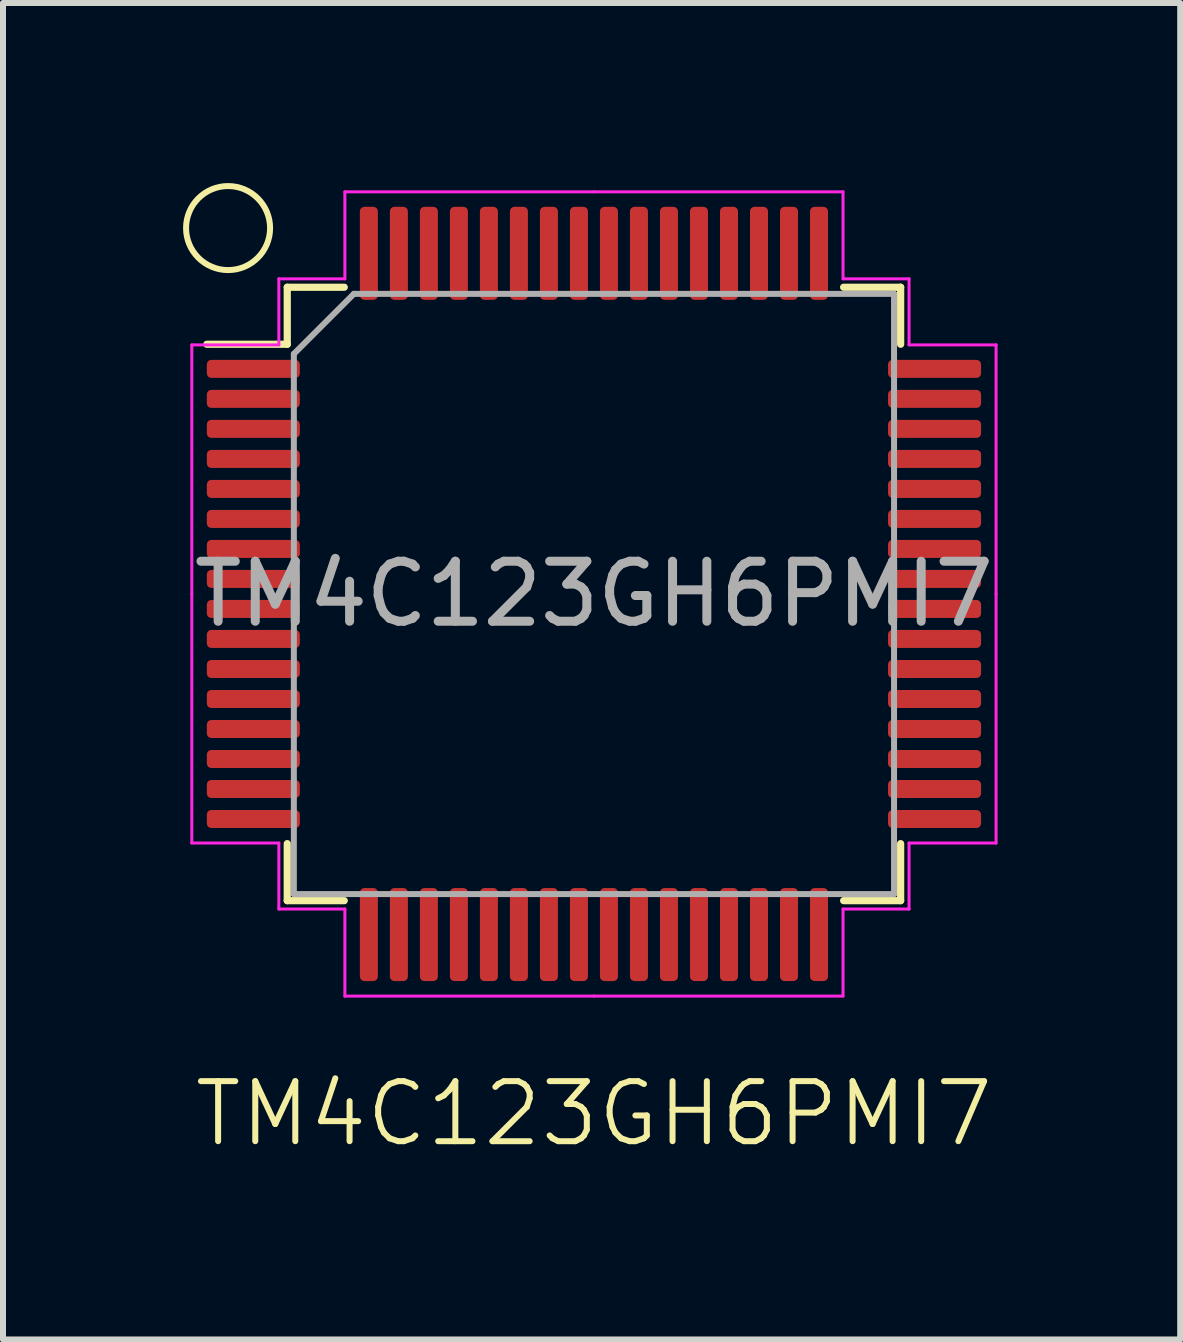
<source format=kicad_pcb>
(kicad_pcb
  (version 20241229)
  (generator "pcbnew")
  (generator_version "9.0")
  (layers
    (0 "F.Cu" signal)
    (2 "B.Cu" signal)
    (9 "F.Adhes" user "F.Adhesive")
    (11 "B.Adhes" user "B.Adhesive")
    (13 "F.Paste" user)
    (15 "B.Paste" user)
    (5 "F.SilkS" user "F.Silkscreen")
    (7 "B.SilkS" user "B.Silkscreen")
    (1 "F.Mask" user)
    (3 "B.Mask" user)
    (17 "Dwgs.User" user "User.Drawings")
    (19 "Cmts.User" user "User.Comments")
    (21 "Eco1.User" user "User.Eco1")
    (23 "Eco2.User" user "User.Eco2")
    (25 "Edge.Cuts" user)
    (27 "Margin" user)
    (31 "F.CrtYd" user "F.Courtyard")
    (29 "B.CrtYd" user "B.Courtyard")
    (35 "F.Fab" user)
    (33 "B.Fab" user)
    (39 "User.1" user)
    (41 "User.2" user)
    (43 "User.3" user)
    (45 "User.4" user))
  (footprint "TM4C123GH6PMI7"
    (layer "F.Cu")
    (at 6.846 6.846)
    (property "Reference" "TM4C123GH6PMI7" (at 0 8.66 0) (unlocked yes) (layer "F.SilkS") (effects (font (size 1 1) (thickness 0.1))))
    (attr smd)
    (fp_line (start -5.11 -5.11) (end -5.11 -4.16) (stroke (width 0.12) (type solid)) (layer "F.SilkS"))
    (fp_line (start -5.11 -4.16) (end -6.45 -4.16) (stroke (width 0.12) (type solid)) (layer "F.SilkS"))
    (fp_line (start -5.11 5.11) (end -5.11 4.16) (stroke (width 0.12) (type solid)) (layer "F.SilkS"))
    (fp_line (start -4.16 -5.11) (end -5.11 -5.11) (stroke (width 0.12) (type solid)) (layer "F.SilkS"))
    (fp_line (start -4.16 5.11) (end -5.11 5.11) (stroke (width 0.12) (type solid)) (layer "F.SilkS"))
    (fp_line (start 4.16 -5.11) (end 5.11 -5.11) (stroke (width 0.12) (type solid)) (layer "F.SilkS"))
    (fp_line (start 4.16 5.11) (end 5.11 5.11) (stroke (width 0.12) (type solid)) (layer "F.SilkS"))
    (fp_line (start 5.11 -5.11) (end 5.11 -4.16) (stroke (width 0.12) (type solid)) (layer "F.SilkS"))
    (fp_line (start 5.11 5.11) (end 5.11 4.16) (stroke (width 0.12) (type solid)) (layer "F.SilkS"))
    (fp_circle (center -6.096 -6.096) (end -5.396 -6.096) (stroke (width 0.1) (type default)) (fill no) (layer "F.SilkS"))
    (fp_line (start -6.7 -4.15) (end -6.7 0) (stroke (width 0.05) (type solid)) (layer "F.CrtYd"))
    (fp_line (start -6.7 4.15) (end -6.7 0) (stroke (width 0.05) (type solid)) (layer "F.CrtYd"))
    (fp_line (start -5.25 -5.25) (end -5.25 -4.15) (stroke (width 0.05) (type solid)) (layer "F.CrtYd"))
    (fp_line (start -5.25 -4.15) (end -6.7 -4.15) (stroke (width 0.05) (type solid)) (layer "F.CrtYd"))
    (fp_line (start -5.25 4.15) (end -6.7 4.15) (stroke (width 0.05) (type solid)) (layer "F.CrtYd"))
    (fp_line (start -5.25 5.25) (end -5.25 4.15) (stroke (width 0.05) (type solid)) (layer "F.CrtYd"))
    (fp_line (start -4.15 -6.7) (end -4.15 -5.25) (stroke (width 0.05) (type solid)) (layer "F.CrtYd"))
    (fp_line (start -4.15 -5.25) (end -5.25 -5.25) (stroke (width 0.05) (type solid)) (layer "F.CrtYd"))
    (fp_line (start -4.15 5.25) (end -5.25 5.25) (stroke (width 0.05) (type solid)) (layer "F.CrtYd"))
    (fp_line (start -4.15 6.7) (end -4.15 5.25) (stroke (width 0.05) (type solid)) (layer "F.CrtYd"))
    (fp_line (start 0 -6.7) (end -4.15 -6.7) (stroke (width 0.05) (type solid)) (layer "F.CrtYd"))
    (fp_line (start 0 -6.7) (end 4.15 -6.7) (stroke (width 0.05) (type solid)) (layer "F.CrtYd"))
    (fp_line (start 0 6.7) (end -4.15 6.7) (stroke (width 0.05) (type solid)) (layer "F.CrtYd"))
    (fp_line (start 0 6.7) (end 4.15 6.7) (stroke (width 0.05) (type solid)) (layer "F.CrtYd"))
    (fp_line (start 4.15 -6.7) (end 4.15 -5.25) (stroke (width 0.05) (type solid)) (layer "F.CrtYd"))
    (fp_line (start 4.15 -5.25) (end 5.25 -5.25) (stroke (width 0.05) (type solid)) (layer "F.CrtYd"))
    (fp_line (start 4.15 5.25) (end 5.25 5.25) (stroke (width 0.05) (type solid)) (layer "F.CrtYd"))
    (fp_line (start 4.15 6.7) (end 4.15 5.25) (stroke (width 0.05) (type solid)) (layer "F.CrtYd"))
    (fp_line (start 5.25 -5.25) (end 5.25 -4.15) (stroke (width 0.05) (type solid)) (layer "F.CrtYd"))
    (fp_line (start 5.25 -4.15) (end 6.7 -4.15) (stroke (width 0.05) (type solid)) (layer "F.CrtYd"))
    (fp_line (start 5.25 4.15) (end 6.7 4.15) (stroke (width 0.05) (type solid)) (layer "F.CrtYd"))
    (fp_line (start 5.25 5.25) (end 5.25 4.15) (stroke (width 0.05) (type solid)) (layer "F.CrtYd"))
    (fp_line (start 6.7 -4.15) (end 6.7 0) (stroke (width 0.05) (type solid)) (layer "F.CrtYd"))
    (fp_line (start 6.7 4.15) (end 6.7 0) (stroke (width 0.05) (type solid)) (layer "F.CrtYd"))
    (fp_line (start -5 -4) (end -4 -5) (stroke (width 0.1) (type solid)) (layer "F.Fab"))
    (fp_line (start -5 5) (end -5 -4) (stroke (width 0.1) (type solid)) (layer "F.Fab"))
    (fp_line (start -4 -5) (end 5 -5) (stroke (width 0.1) (type solid)) (layer "F.Fab"))
    (fp_line (start 5 -5) (end 5 5) (stroke (width 0.1) (type solid)) (layer "F.Fab"))
    (fp_line (start 5 5) (end -5 5) (stroke (width 0.1) (type solid)) (layer "F.Fab"))
    (fp_text user "${REFERENCE}" (at 0 0 0) (layer "F.Fab") (effects (font (size 1 1) (thickness 0.15))))
    (pad "1" smd roundrect (at -5.675 -3.75) (size 1.55 0.3) (layers "F.Cu" "F.Mask" "F.Paste") (roundrect_rratio 0.25))
    (pad "2" smd roundrect (at -5.675 -3.25) (size 1.55 0.3) (layers "F.Cu" "F.Mask" "F.Paste") (roundrect_rratio 0.25))
    (pad "3" smd roundrect (at -5.675 -2.75) (size 1.55 0.3) (layers "F.Cu" "F.Mask" "F.Paste") (roundrect_rratio 0.25))
    (pad "4" smd roundrect (at -5.675 -2.25) (size 1.55 0.3) (layers "F.Cu" "F.Mask" "F.Paste") (roundrect_rratio 0.25))
    (pad "5" smd roundrect (at -5.675 -1.75) (size 1.55 0.3) (layers "F.Cu" "F.Mask" "F.Paste") (roundrect_rratio 0.25))
    (pad "6" smd roundrect (at -5.675 -1.25) (size 1.55 0.3) (layers "F.Cu" "F.Mask" "F.Paste") (roundrect_rratio 0.25))
    (pad "7" smd roundrect (at -5.675 -0.75) (size 1.55 0.3) (layers "F.Cu" "F.Mask" "F.Paste") (roundrect_rratio 0.25))
    (pad "8" smd roundrect (at -5.675 -0.25) (size 1.55 0.3) (layers "F.Cu" "F.Mask" "F.Paste") (roundrect_rratio 0.25))
    (pad "9" smd roundrect (at -5.675 0.25) (size 1.55 0.3) (layers "F.Cu" "F.Mask" "F.Paste") (roundrect_rratio 0.25))
    (pad "10" smd roundrect (at -5.675 0.75) (size 1.55 0.3) (layers "F.Cu" "F.Mask" "F.Paste") (roundrect_rratio 0.25))
    (pad "11" smd roundrect (at -5.675 1.25) (size 1.55 0.3) (layers "F.Cu" "F.Mask" "F.Paste") (roundrect_rratio 0.25))
    (pad "12" smd roundrect (at -5.675 1.75) (size 1.55 0.3) (layers "F.Cu" "F.Mask" "F.Paste") (roundrect_rratio 0.25))
    (pad "13" smd roundrect (at -5.675 2.25) (size 1.55 0.3) (layers "F.Cu" "F.Mask" "F.Paste") (roundrect_rratio 0.25))
    (pad "14" smd roundrect (at -5.675 2.75) (size 1.55 0.3) (layers "F.Cu" "F.Mask" "F.Paste") (roundrect_rratio 0.25))
    (pad "15" smd roundrect (at -5.675 3.25) (size 1.55 0.3) (layers "F.Cu" "F.Mask" "F.Paste") (roundrect_rratio 0.25))
    (pad "16" smd roundrect (at -5.675 3.75) (size 1.55 0.3) (layers "F.Cu" "F.Mask" "F.Paste") (roundrect_rratio 0.25))
    (pad "17" smd roundrect (at -3.75 5.675) (size 0.3 1.55) (layers "F.Cu" "F.Mask" "F.Paste") (roundrect_rratio 0.25))
    (pad "18" smd roundrect (at -3.25 5.675) (size 0.3 1.55) (layers "F.Cu" "F.Mask" "F.Paste") (roundrect_rratio 0.25))
    (pad "19" smd roundrect (at -2.75 5.675) (size 0.3 1.55) (layers "F.Cu" "F.Mask" "F.Paste") (roundrect_rratio 0.25))
    (pad "20" smd roundrect (at -2.25 5.675) (size 0.3 1.55) (layers "F.Cu" "F.Mask" "F.Paste") (roundrect_rratio 0.25))
    (pad "21" smd roundrect (at -1.75 5.675) (size 0.3 1.55) (layers "F.Cu" "F.Mask" "F.Paste") (roundrect_rratio 0.25))
    (pad "22" smd roundrect (at -1.25 5.675) (size 0.3 1.55) (layers "F.Cu" "F.Mask" "F.Paste") (roundrect_rratio 0.25))
    (pad "23" smd roundrect (at -0.75 5.675) (size 0.3 1.55) (layers "F.Cu" "F.Mask" "F.Paste") (roundrect_rratio 0.25))
    (pad "24" smd roundrect (at -0.25 5.675) (size 0.3 1.55) (layers "F.Cu" "F.Mask" "F.Paste") (roundrect_rratio 0.25))
    (pad "25" smd roundrect (at 0.25 5.675) (size 0.3 1.55) (layers "F.Cu" "F.Mask" "F.Paste") (roundrect_rratio 0.25))
    (pad "26" smd roundrect (at 0.75 5.675) (size 0.3 1.55) (layers "F.Cu" "F.Mask" "F.Paste") (roundrect_rratio 0.25))
    (pad "27" smd roundrect (at 1.25 5.675) (size 0.3 1.55) (layers "F.Cu" "F.Mask" "F.Paste") (roundrect_rratio 0.25))
    (pad "28" smd roundrect (at 1.75 5.675) (size 0.3 1.55) (layers "F.Cu" "F.Mask" "F.Paste") (roundrect_rratio 0.25))
    (pad "29" smd roundrect (at 2.25 5.675) (size 0.3 1.55) (layers "F.Cu" "F.Mask" "F.Paste") (roundrect_rratio 0.25))
    (pad "30" smd roundrect (at 2.75 5.675) (size 0.3 1.55) (layers "F.Cu" "F.Mask" "F.Paste") (roundrect_rratio 0.25))
    (pad "31" smd roundrect (at 3.25 5.675) (size 0.3 1.55) (layers "F.Cu" "F.Mask" "F.Paste") (roundrect_rratio 0.25))
    (pad "32" smd roundrect (at 3.75 5.675) (size 0.3 1.55) (layers "F.Cu" "F.Mask" "F.Paste") (roundrect_rratio 0.25))
    (pad "33" smd roundrect (at 5.675 3.75) (size 1.55 0.3) (layers "F.Cu" "F.Mask" "F.Paste") (roundrect_rratio 0.25))
    (pad "34" smd roundrect (at 5.675 3.25) (size 1.55 0.3) (layers "F.Cu" "F.Mask" "F.Paste") (roundrect_rratio 0.25))
    (pad "35" smd roundrect (at 5.675 2.75) (size 1.55 0.3) (layers "F.Cu" "F.Mask" "F.Paste") (roundrect_rratio 0.25))
    (pad "36" smd roundrect (at 5.675 2.25) (size 1.55 0.3) (layers "F.Cu" "F.Mask" "F.Paste") (roundrect_rratio 0.25))
    (pad "37" smd roundrect (at 5.675 1.75) (size 1.55 0.3) (layers "F.Cu" "F.Mask" "F.Paste") (roundrect_rratio 0.25))
    (pad "38" smd roundrect (at 5.675 1.25) (size 1.55 0.3) (layers "F.Cu" "F.Mask" "F.Paste") (roundrect_rratio 0.25))
    (pad "39" smd roundrect (at 5.675 0.75) (size 1.55 0.3) (layers "F.Cu" "F.Mask" "F.Paste") (roundrect_rratio 0.25))
    (pad "40" smd roundrect (at 5.675 0.25) (size 1.55 0.3) (layers "F.Cu" "F.Mask" "F.Paste") (roundrect_rratio 0.25))
    (pad "41" smd roundrect (at 5.675 -0.25) (size 1.55 0.3) (layers "F.Cu" "F.Mask" "F.Paste") (roundrect_rratio 0.25))
    (pad "42" smd roundrect (at 5.675 -0.75) (size 1.55 0.3) (layers "F.Cu" "F.Mask" "F.Paste") (roundrect_rratio 0.25))
    (pad "43" smd roundrect (at 5.675 -1.25) (size 1.55 0.3) (layers "F.Cu" "F.Mask" "F.Paste") (roundrect_rratio 0.25))
    (pad "44" smd roundrect (at 5.675 -1.75) (size 1.55 0.3) (layers "F.Cu" "F.Mask" "F.Paste") (roundrect_rratio 0.25))
    (pad "45" smd roundrect (at 5.675 -2.25) (size 1.55 0.3) (layers "F.Cu" "F.Mask" "F.Paste") (roundrect_rratio 0.25))
    (pad "46" smd roundrect (at 5.675 -2.75) (size 1.55 0.3) (layers "F.Cu" "F.Mask" "F.Paste") (roundrect_rratio 0.25))
    (pad "47" smd roundrect (at 5.675 -3.25) (size 1.55 0.3) (layers "F.Cu" "F.Mask" "F.Paste") (roundrect_rratio 0.25))
    (pad "48" smd roundrect (at 5.675 -3.75) (size 1.55 0.3) (layers "F.Cu" "F.Mask" "F.Paste") (roundrect_rratio 0.25))
    (pad "49" smd roundrect (at 3.75 -5.675) (size 0.3 1.55) (layers "F.Cu" "F.Mask" "F.Paste") (roundrect_rratio 0.25))
    (pad "50" smd roundrect (at 3.25 -5.675) (size 0.3 1.55) (layers "F.Cu" "F.Mask" "F.Paste") (roundrect_rratio 0.25))
    (pad "51" smd roundrect (at 2.75 -5.675) (size 0.3 1.55) (layers "F.Cu" "F.Mask" "F.Paste") (roundrect_rratio 0.25))
    (pad "52" smd roundrect (at 2.25 -5.675) (size 0.3 1.55) (layers "F.Cu" "F.Mask" "F.Paste") (roundrect_rratio 0.25))
    (pad "53" smd roundrect (at 1.75 -5.675) (size 0.3 1.55) (layers "F.Cu" "F.Mask" "F.Paste") (roundrect_rratio 0.25))
    (pad "54" smd roundrect (at 1.25 -5.675) (size 0.3 1.55) (layers "F.Cu" "F.Mask" "F.Paste") (roundrect_rratio 0.25))
    (pad "55" smd roundrect (at 0.75 -5.675) (size 0.3 1.55) (layers "F.Cu" "F.Mask" "F.Paste") (roundrect_rratio 0.25))
    (pad "56" smd roundrect (at 0.25 -5.675) (size 0.3 1.55) (layers "F.Cu" "F.Mask" "F.Paste") (roundrect_rratio 0.25))
    (pad "57" smd roundrect (at -0.25 -5.675) (size 0.3 1.55) (layers "F.Cu" "F.Mask" "F.Paste") (roundrect_rratio 0.25))
    (pad "58" smd roundrect (at -0.75 -5.675) (size 0.3 1.55) (layers "F.Cu" "F.Mask" "F.Paste") (roundrect_rratio 0.25))
    (pad "59" smd roundrect (at -1.25 -5.675) (size 0.3 1.55) (layers "F.Cu" "F.Mask" "F.Paste") (roundrect_rratio 0.25))
    (pad "60" smd roundrect (at -1.75 -5.675) (size 0.3 1.55) (layers "F.Cu" "F.Mask" "F.Paste") (roundrect_rratio 0.25))
    (pad "61" smd roundrect (at -2.25 -5.675) (size 0.3 1.55) (layers "F.Cu" "F.Mask" "F.Paste") (roundrect_rratio 0.25))
    (pad "62" smd roundrect (at -2.75 -5.675) (size 0.3 1.55) (layers "F.Cu" "F.Mask" "F.Paste") (roundrect_rratio 0.25))
    (pad "63" smd roundrect (at -3.25 -5.675) (size 0.3 1.55) (layers "F.Cu" "F.Mask" "F.Paste") (roundrect_rratio 0.25))
    (pad "64" smd roundrect (at -3.75 -5.675) (size 0.3 1.55) (layers "F.Cu" "F.Mask" "F.Paste") (roundrect_rratio 0.25)))
  (gr_rect
    (start -3 -3)
    (end 16.614 19.267)
    (stroke (width 0.1) (type default))
    (fill no)
    (layer "Edge.Cuts")))
</source>
